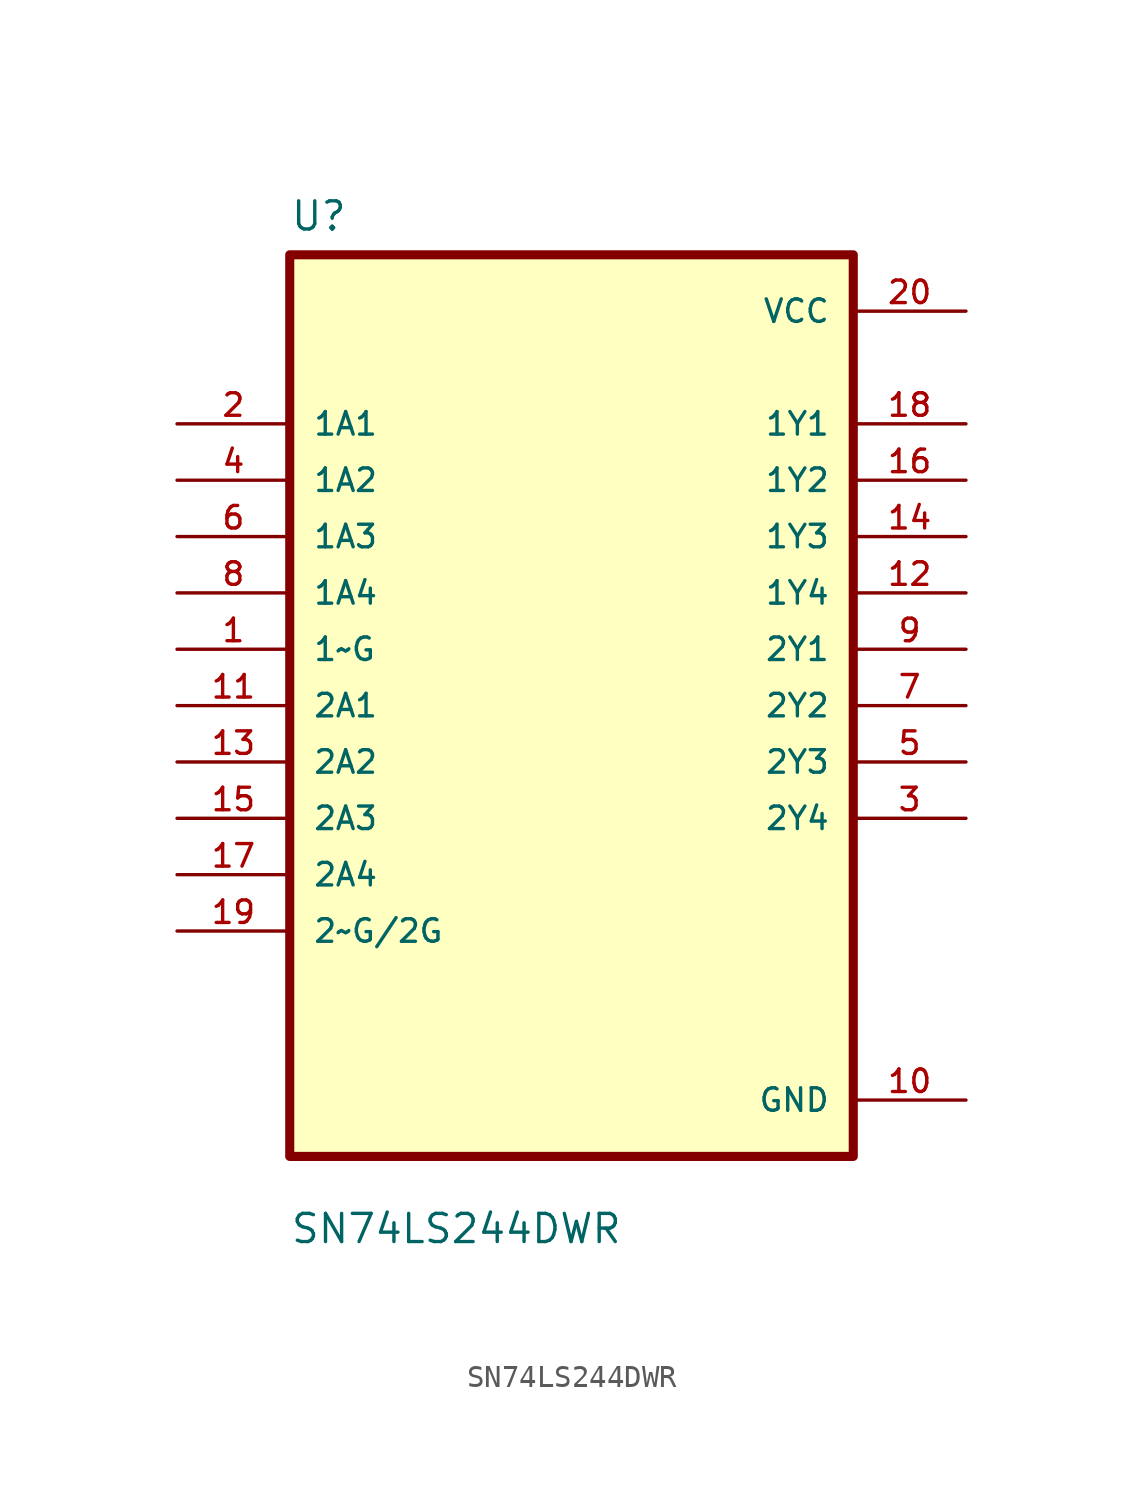
<source format=kicad_sym>
(kicad_symbol_lib
  (version 20211014)
  (generator kicad_symbol_editor)
  (symbol "SN74LS244DWR"
    (pin_names
      (offset 1.016))
    (property "Reference" "U"
      (at -12.7 21.32 0.0)
      (effects (font (size 1.27 1.27)) (justify bottom left)))
    (property "Value" "SN74LS244DWR"
      (at -12.7 -24.32 0.0)
      (effects (font (size 1.27 1.27)) (justify bottom left)))
    (symbol "SN74LS244DWR_0_0"
      (rectangle (start -12.7 -20.32) (end 12.7 20.32) (stroke (width 0.41)) (fill (type background)))
      (pin input line (at -17.78 12.7 0) (length 5.08) (name "1A1" (effects (font (size 1.016 1.016)))) (number "2" (effects (font (size 1.016 1.016)))))
      (pin input line (at -17.78 10.16 0) (length 5.08) (name "1A2" (effects (font (size 1.016 1.016)))) (number "4" (effects (font (size 1.016 1.016)))))
      (pin input line (at -17.78 7.62 0) (length 5.08) (name "1A3" (effects (font (size 1.016 1.016)))) (number "6" (effects (font (size 1.016 1.016)))))
      (pin input line (at -17.78 5.08 0) (length 5.08) (name "1A4" (effects (font (size 1.016 1.016)))) (number "8" (effects (font (size 1.016 1.016)))))
      (pin input line (at -17.78 2.54 0) (length 5.08) (name "1~G" (effects (font (size 1.016 1.016)))) (number "1" (effects (font (size 1.016 1.016)))))
      (pin input line (at -17.78 0.0 0) (length 5.08) (name "2A1" (effects (font (size 1.016 1.016)))) (number "11" (effects (font (size 1.016 1.016)))))
      (pin input line (at -17.78 -2.54 0) (length 5.08) (name "2A2" (effects (font (size 1.016 1.016)))) (number "13" (effects (font (size 1.016 1.016)))))
      (pin input line (at -17.78 -5.08 0) (length 5.08) (name "2A3" (effects (font (size 1.016 1.016)))) (number "15" (effects (font (size 1.016 1.016)))))
      (pin input line (at -17.78 -7.62 0) (length 5.08) (name "2A4" (effects (font (size 1.016 1.016)))) (number "17" (effects (font (size 1.016 1.016)))))
      (pin input line (at -17.78 -10.16 0) (length 5.08) (name "2~G/2G" (effects (font (size 1.016 1.016)))) (number "19" (effects (font (size 1.016 1.016)))))
      (pin power_in line (at 17.78 17.78 180.0) (length 5.08) (name "VCC" (effects (font (size 1.016 1.016)))) (number "20" (effects (font (size 1.016 1.016)))))
      (pin output line (at 17.78 12.7 180.0) (length 5.08) (name "1Y1" (effects (font (size 1.016 1.016)))) (number "18" (effects (font (size 1.016 1.016)))))
      (pin output line (at 17.78 10.16 180.0) (length 5.08) (name "1Y2" (effects (font (size 1.016 1.016)))) (number "16" (effects (font (size 1.016 1.016)))))
      (pin output line (at 17.78 7.62 180.0) (length 5.08) (name "1Y3" (effects (font (size 1.016 1.016)))) (number "14" (effects (font (size 1.016 1.016)))))
      (pin output line (at 17.78 5.08 180.0) (length 5.08) (name "1Y4" (effects (font (size 1.016 1.016)))) (number "12" (effects (font (size 1.016 1.016)))))
      (pin output line (at 17.78 2.54 180.0) (length 5.08) (name "2Y1" (effects (font (size 1.016 1.016)))) (number "9" (effects (font (size 1.016 1.016)))))
      (pin output line (at 17.78 0.0 180.0) (length 5.08) (name "2Y2" (effects (font (size 1.016 1.016)))) (number "7" (effects (font (size 1.016 1.016)))))
      (pin output line (at 17.78 -2.54 180.0) (length 5.08) (name "2Y3" (effects (font (size 1.016 1.016)))) (number "5" (effects (font (size 1.016 1.016)))))
      (pin output line (at 17.78 -5.08 180.0) (length 5.08) (name "2Y4" (effects (font (size 1.016 1.016)))) (number "3" (effects (font (size 1.016 1.016)))))
      (pin power_in line (at 17.78 -17.78 180.0) (length 5.08) (name "GND" (effects (font (size 1.016 1.016)))) (number "10" (effects (font (size 1.016 1.016))))))))
</source>
